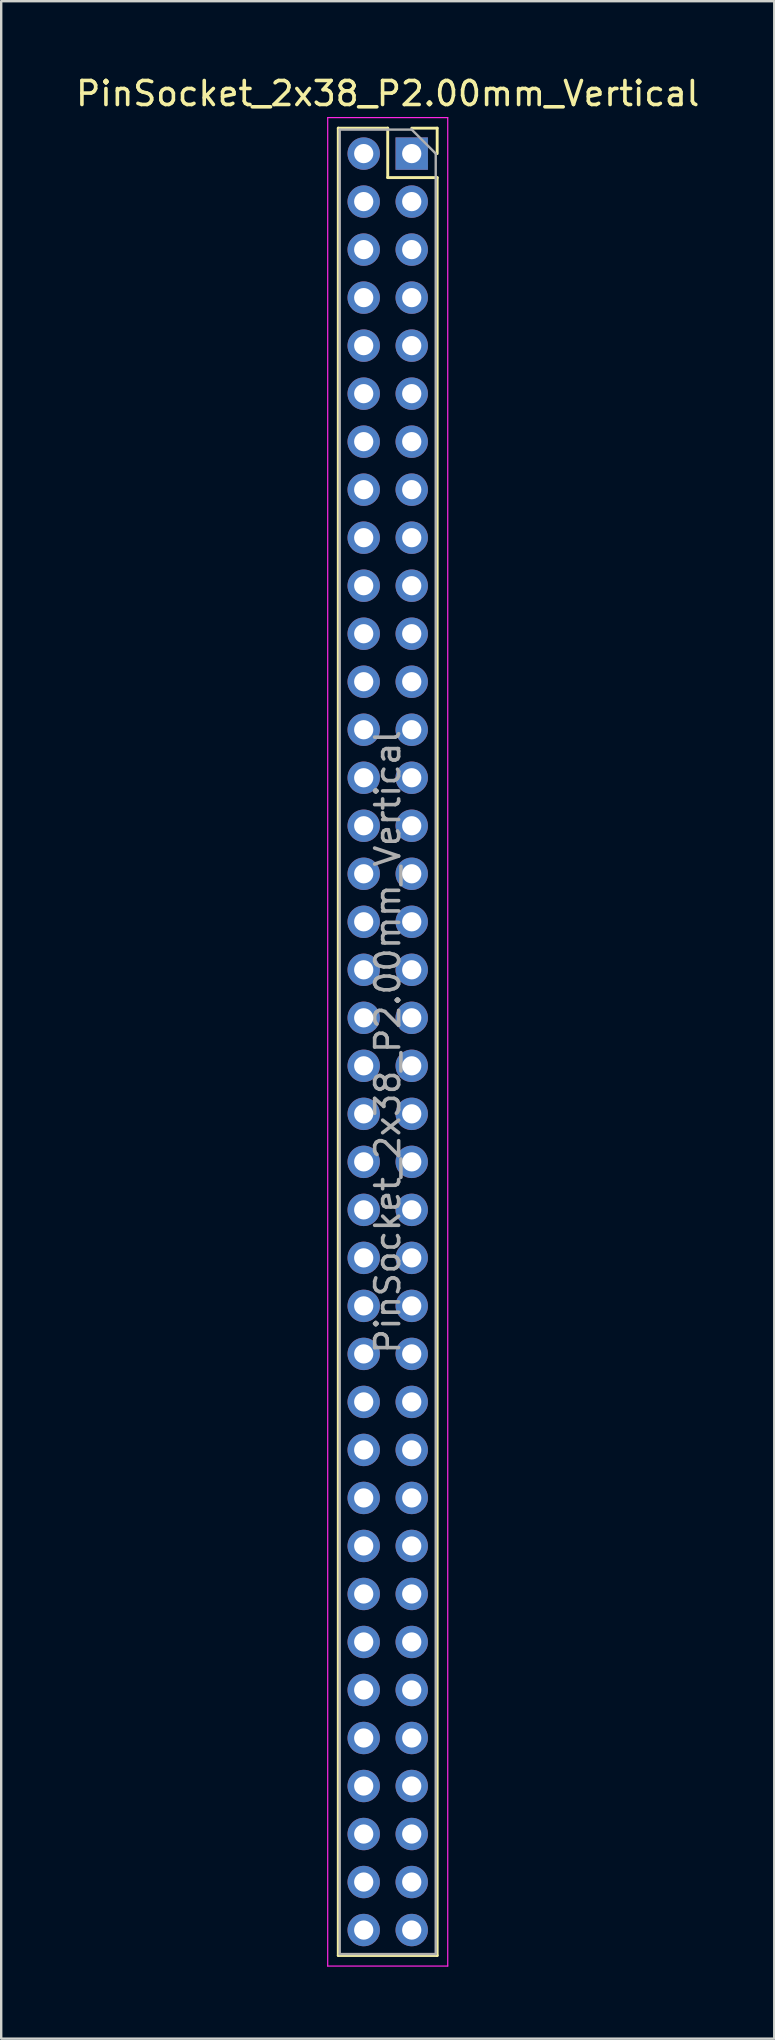
<source format=kicad_pcb>
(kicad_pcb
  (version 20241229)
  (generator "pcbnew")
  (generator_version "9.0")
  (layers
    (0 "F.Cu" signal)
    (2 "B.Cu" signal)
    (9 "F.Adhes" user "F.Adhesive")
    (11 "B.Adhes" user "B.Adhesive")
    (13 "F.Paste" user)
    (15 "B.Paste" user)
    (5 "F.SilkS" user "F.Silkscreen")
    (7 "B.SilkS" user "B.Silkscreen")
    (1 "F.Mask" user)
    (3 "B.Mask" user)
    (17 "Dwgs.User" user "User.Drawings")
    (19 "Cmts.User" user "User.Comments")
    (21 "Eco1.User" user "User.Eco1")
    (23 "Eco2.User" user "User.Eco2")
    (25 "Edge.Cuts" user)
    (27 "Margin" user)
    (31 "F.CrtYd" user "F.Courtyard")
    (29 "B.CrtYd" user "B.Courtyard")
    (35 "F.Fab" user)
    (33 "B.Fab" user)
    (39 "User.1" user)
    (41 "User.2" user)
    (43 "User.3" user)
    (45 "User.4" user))
  (footprint "PinSocket_2x38_P2.00mm_Vertical"
    (layer "F.Cu")
    (at 14.101 3.348)
    (property "Reference" "PinSocket_2x38_P2.00mm_Vertical" (at -1 -2.5 0) (layer "F.SilkS") (effects (font (size 1 1) (thickness 0.15))))
    (attr through_hole)
    (fp_line (start -3.06 -1.06) (end -3.06 75.06) (stroke (width 0.12) (type solid)) (layer "F.SilkS"))
    (fp_line (start -3.06 -1.06) (end -1 -1.06) (stroke (width 0.12) (type solid)) (layer "F.SilkS"))
    (fp_line (start -3.06 75.06) (end 1.06 75.06) (stroke (width 0.12) (type solid)) (layer "F.SilkS"))
    (fp_line (start -1 -1.06) (end -1 1) (stroke (width 0.12) (type solid)) (layer "F.SilkS"))
    (fp_line (start -1 1) (end 1.06 1) (stroke (width 0.12) (type solid)) (layer "F.SilkS"))
    (fp_line (start 0 -1.06) (end 1.06 -1.06) (stroke (width 0.12) (type solid)) (layer "F.SilkS"))
    (fp_line (start 1.06 -1.06) (end 1.06 0) (stroke (width 0.12) (type solid)) (layer "F.SilkS"))
    (fp_line (start 1.06 1) (end 1.06 75.06) (stroke (width 0.12) (type solid)) (layer "F.SilkS"))
    (fp_line (start -3.5 -1.5) (end 1.5 -1.5) (stroke (width 0.05) (type solid)) (layer "F.CrtYd"))
    (fp_line (start -3.5 75.5) (end -3.5 -1.5) (stroke (width 0.05) (type solid)) (layer "F.CrtYd"))
    (fp_line (start 1.5 -1.5) (end 1.5 75.5) (stroke (width 0.05) (type solid)) (layer "F.CrtYd"))
    (fp_line (start 1.5 75.5) (end -3.5 75.5) (stroke (width 0.05) (type solid)) (layer "F.CrtYd"))
    (fp_line (start -3 -1) (end 0 -1) (stroke (width 0.1) (type solid)) (layer "F.Fab"))
    (fp_line (start -3 75) (end -3 -1) (stroke (width 0.1) (type solid)) (layer "F.Fab"))
    (fp_line (start 0 -1) (end 1 0) (stroke (width 0.1) (type solid)) (layer "F.Fab"))
    (fp_line (start 1 0) (end 1 75) (stroke (width 0.1) (type solid)) (layer "F.Fab"))
    (fp_line (start 1 75) (end -3 75) (stroke (width 0.1) (type solid)) (layer "F.Fab"))
    (fp_text user "${REFERENCE}" (at -1 37 90) (layer "F.Fab") (effects (font (size 1 1) (thickness 0.15))))
    (pad "1" thru_hole rect (at 0 0) (size 1.35 1.35) (drill 0.8) (layers "*.Cu" "*.Mask"))
    (pad "2" thru_hole circle (at -2 0) (size 1.35 1.35) (drill 0.8) (layers "*.Cu" "*.Mask"))
    (pad "3" thru_hole circle (at 0 2) (size 1.35 1.35) (drill 0.8) (layers "*.Cu" "*.Mask"))
    (pad "4" thru_hole circle (at -2 2) (size 1.35 1.35) (drill 0.8) (layers "*.Cu" "*.Mask"))
    (pad "5" thru_hole circle (at 0 4) (size 1.35 1.35) (drill 0.8) (layers "*.Cu" "*.Mask"))
    (pad "6" thru_hole circle (at -2 4) (size 1.35 1.35) (drill 0.8) (layers "*.Cu" "*.Mask"))
    (pad "7" thru_hole circle (at 0 6) (size 1.35 1.35) (drill 0.8) (layers "*.Cu" "*.Mask"))
    (pad "8" thru_hole circle (at -2 6) (size 1.35 1.35) (drill 0.8) (layers "*.Cu" "*.Mask"))
    (pad "9" thru_hole circle (at 0 8) (size 1.35 1.35) (drill 0.8) (layers "*.Cu" "*.Mask"))
    (pad "10" thru_hole circle (at -2 8) (size 1.35 1.35) (drill 0.8) (layers "*.Cu" "*.Mask"))
    (pad "11" thru_hole circle (at 0 10) (size 1.35 1.35) (drill 0.8) (layers "*.Cu" "*.Mask"))
    (pad "12" thru_hole circle (at -2 10) (size 1.35 1.35) (drill 0.8) (layers "*.Cu" "*.Mask"))
    (pad "13" thru_hole circle (at 0 12) (size 1.35 1.35) (drill 0.8) (layers "*.Cu" "*.Mask"))
    (pad "14" thru_hole circle (at -2 12) (size 1.35 1.35) (drill 0.8) (layers "*.Cu" "*.Mask"))
    (pad "15" thru_hole circle (at 0 14) (size 1.35 1.35) (drill 0.8) (layers "*.Cu" "*.Mask"))
    (pad "16" thru_hole circle (at -2 14) (size 1.35 1.35) (drill 0.8) (layers "*.Cu" "*.Mask"))
    (pad "17" thru_hole circle (at 0 16) (size 1.35 1.35) (drill 0.8) (layers "*.Cu" "*.Mask"))
    (pad "18" thru_hole circle (at -2 16) (size 1.35 1.35) (drill 0.8) (layers "*.Cu" "*.Mask"))
    (pad "19" thru_hole circle (at 0 18) (size 1.35 1.35) (drill 0.8) (layers "*.Cu" "*.Mask"))
    (pad "20" thru_hole circle (at -2 18) (size 1.35 1.35) (drill 0.8) (layers "*.Cu" "*.Mask"))
    (pad "21" thru_hole circle (at 0 20) (size 1.35 1.35) (drill 0.8) (layers "*.Cu" "*.Mask"))
    (pad "22" thru_hole circle (at -2 20) (size 1.35 1.35) (drill 0.8) (layers "*.Cu" "*.Mask"))
    (pad "23" thru_hole circle (at 0 22) (size 1.35 1.35) (drill 0.8) (layers "*.Cu" "*.Mask"))
    (pad "24" thru_hole circle (at -2 22) (size 1.35 1.35) (drill 0.8) (layers "*.Cu" "*.Mask"))
    (pad "25" thru_hole circle (at 0 24) (size 1.35 1.35) (drill 0.8) (layers "*.Cu" "*.Mask"))
    (pad "26" thru_hole circle (at -2 24) (size 1.35 1.35) (drill 0.8) (layers "*.Cu" "*.Mask"))
    (pad "27" thru_hole circle (at 0 26) (size 1.35 1.35) (drill 0.8) (layers "*.Cu" "*.Mask"))
    (pad "28" thru_hole circle (at -2 26) (size 1.35 1.35) (drill 0.8) (layers "*.Cu" "*.Mask"))
    (pad "29" thru_hole circle (at 0 28) (size 1.35 1.35) (drill 0.8) (layers "*.Cu" "*.Mask"))
    (pad "30" thru_hole circle (at -2 28) (size 1.35 1.35) (drill 0.8) (layers "*.Cu" "*.Mask"))
    (pad "31" thru_hole circle (at 0 30) (size 1.35 1.35) (drill 0.8) (layers "*.Cu" "*.Mask"))
    (pad "32" thru_hole circle (at -2 30) (size 1.35 1.35) (drill 0.8) (layers "*.Cu" "*.Mask"))
    (pad "33" thru_hole circle (at 0 32) (size 1.35 1.35) (drill 0.8) (layers "*.Cu" "*.Mask"))
    (pad "34" thru_hole circle (at -2 32) (size 1.35 1.35) (drill 0.8) (layers "*.Cu" "*.Mask"))
    (pad "35" thru_hole circle (at 0 34) (size 1.35 1.35) (drill 0.8) (layers "*.Cu" "*.Mask"))
    (pad "36" thru_hole circle (at -2 34) (size 1.35 1.35) (drill 0.8) (layers "*.Cu" "*.Mask"))
    (pad "37" thru_hole circle (at 0 36) (size 1.35 1.35) (drill 0.8) (layers "*.Cu" "*.Mask"))
    (pad "38" thru_hole circle (at -2 36) (size 1.35 1.35) (drill 0.8) (layers "*.Cu" "*.Mask"))
    (pad "39" thru_hole circle (at 0 38) (size 1.35 1.35) (drill 0.8) (layers "*.Cu" "*.Mask"))
    (pad "40" thru_hole circle (at -2 38) (size 1.35 1.35) (drill 0.8) (layers "*.Cu" "*.Mask"))
    (pad "41" thru_hole circle (at 0 40) (size 1.35 1.35) (drill 0.8) (layers "*.Cu" "*.Mask"))
    (pad "42" thru_hole circle (at -2 40) (size 1.35 1.35) (drill 0.8) (layers "*.Cu" "*.Mask"))
    (pad "43" thru_hole circle (at 0 42) (size 1.35 1.35) (drill 0.8) (layers "*.Cu" "*.Mask"))
    (pad "44" thru_hole circle (at -2 42) (size 1.35 1.35) (drill 0.8) (layers "*.Cu" "*.Mask"))
    (pad "45" thru_hole circle (at 0 44) (size 1.35 1.35) (drill 0.8) (layers "*.Cu" "*.Mask"))
    (pad "46" thru_hole circle (at -2 44) (size 1.35 1.35) (drill 0.8) (layers "*.Cu" "*.Mask"))
    (pad "47" thru_hole circle (at 0 46) (size 1.35 1.35) (drill 0.8) (layers "*.Cu" "*.Mask"))
    (pad "48" thru_hole circle (at -2 46) (size 1.35 1.35) (drill 0.8) (layers "*.Cu" "*.Mask"))
    (pad "49" thru_hole circle (at 0 48) (size 1.35 1.35) (drill 0.8) (layers "*.Cu" "*.Mask"))
    (pad "50" thru_hole circle (at -2 48) (size 1.35 1.35) (drill 0.8) (layers "*.Cu" "*.Mask"))
    (pad "51" thru_hole circle (at 0 50) (size 1.35 1.35) (drill 0.8) (layers "*.Cu" "*.Mask"))
    (pad "52" thru_hole circle (at -2 50) (size 1.35 1.35) (drill 0.8) (layers "*.Cu" "*.Mask"))
    (pad "53" thru_hole circle (at 0 52) (size 1.35 1.35) (drill 0.8) (layers "*.Cu" "*.Mask"))
    (pad "54" thru_hole circle (at -2 52) (size 1.35 1.35) (drill 0.8) (layers "*.Cu" "*.Mask"))
    (pad "55" thru_hole circle (at 0 54) (size 1.35 1.35) (drill 0.8) (layers "*.Cu" "*.Mask"))
    (pad "56" thru_hole circle (at -2 54) (size 1.35 1.35) (drill 0.8) (layers "*.Cu" "*.Mask"))
    (pad "57" thru_hole circle (at 0 56) (size 1.35 1.35) (drill 0.8) (layers "*.Cu" "*.Mask"))
    (pad "58" thru_hole circle (at -2 56) (size 1.35 1.35) (drill 0.8) (layers "*.Cu" "*.Mask"))
    (pad "59" thru_hole circle (at 0 58) (size 1.35 1.35) (drill 0.8) (layers "*.Cu" "*.Mask"))
    (pad "60" thru_hole circle (at -2 58) (size 1.35 1.35) (drill 0.8) (layers "*.Cu" "*.Mask"))
    (pad "61" thru_hole circle (at 0 60) (size 1.35 1.35) (drill 0.8) (layers "*.Cu" "*.Mask"))
    (pad "62" thru_hole circle (at -2 60) (size 1.35 1.35) (drill 0.8) (layers "*.Cu" "*.Mask"))
    (pad "63" thru_hole circle (at 0 62) (size 1.35 1.35) (drill 0.8) (layers "*.Cu" "*.Mask"))
    (pad "64" thru_hole circle (at -2 62) (size 1.35 1.35) (drill 0.8) (layers "*.Cu" "*.Mask"))
    (pad "65" thru_hole circle (at 0 64) (size 1.35 1.35) (drill 0.8) (layers "*.Cu" "*.Mask"))
    (pad "66" thru_hole circle (at -2 64) (size 1.35 1.35) (drill 0.8) (layers "*.Cu" "*.Mask"))
    (pad "67" thru_hole circle (at 0 66) (size 1.35 1.35) (drill 0.8) (layers "*.Cu" "*.Mask"))
    (pad "68" thru_hole circle (at -2 66) (size 1.35 1.35) (drill 0.8) (layers "*.Cu" "*.Mask"))
    (pad "69" thru_hole circle (at 0 68) (size 1.35 1.35) (drill 0.8) (layers "*.Cu" "*.Mask"))
    (pad "70" thru_hole circle (at -2 68) (size 1.35 1.35) (drill 0.8) (layers "*.Cu" "*.Mask"))
    (pad "71" thru_hole circle (at 0 70) (size 1.35 1.35) (drill 0.8) (layers "*.Cu" "*.Mask"))
    (pad "72" thru_hole circle (at -2 70) (size 1.35 1.35) (drill 0.8) (layers "*.Cu" "*.Mask"))
    (pad "73" thru_hole circle (at 0 72) (size 1.35 1.35) (drill 0.8) (layers "*.Cu" "*.Mask"))
    (pad "74" thru_hole circle (at -2 72) (size 1.35 1.35) (drill 0.8) (layers "*.Cu" "*.Mask"))
    (pad "75" thru_hole circle (at 0 74) (size 1.35 1.35) (drill 0.8) (layers "*.Cu" "*.Mask"))
    (pad "76" thru_hole circle (at -2 74) (size 1.35 1.35) (drill 0.8) (layers "*.Cu" "*.Mask")))
  (gr_rect
    (start -3 -3)
    (end 29.202 81.873)
    (stroke (width 0.1) (type default))
    (fill no)
    (layer "Edge.Cuts")))
</source>
